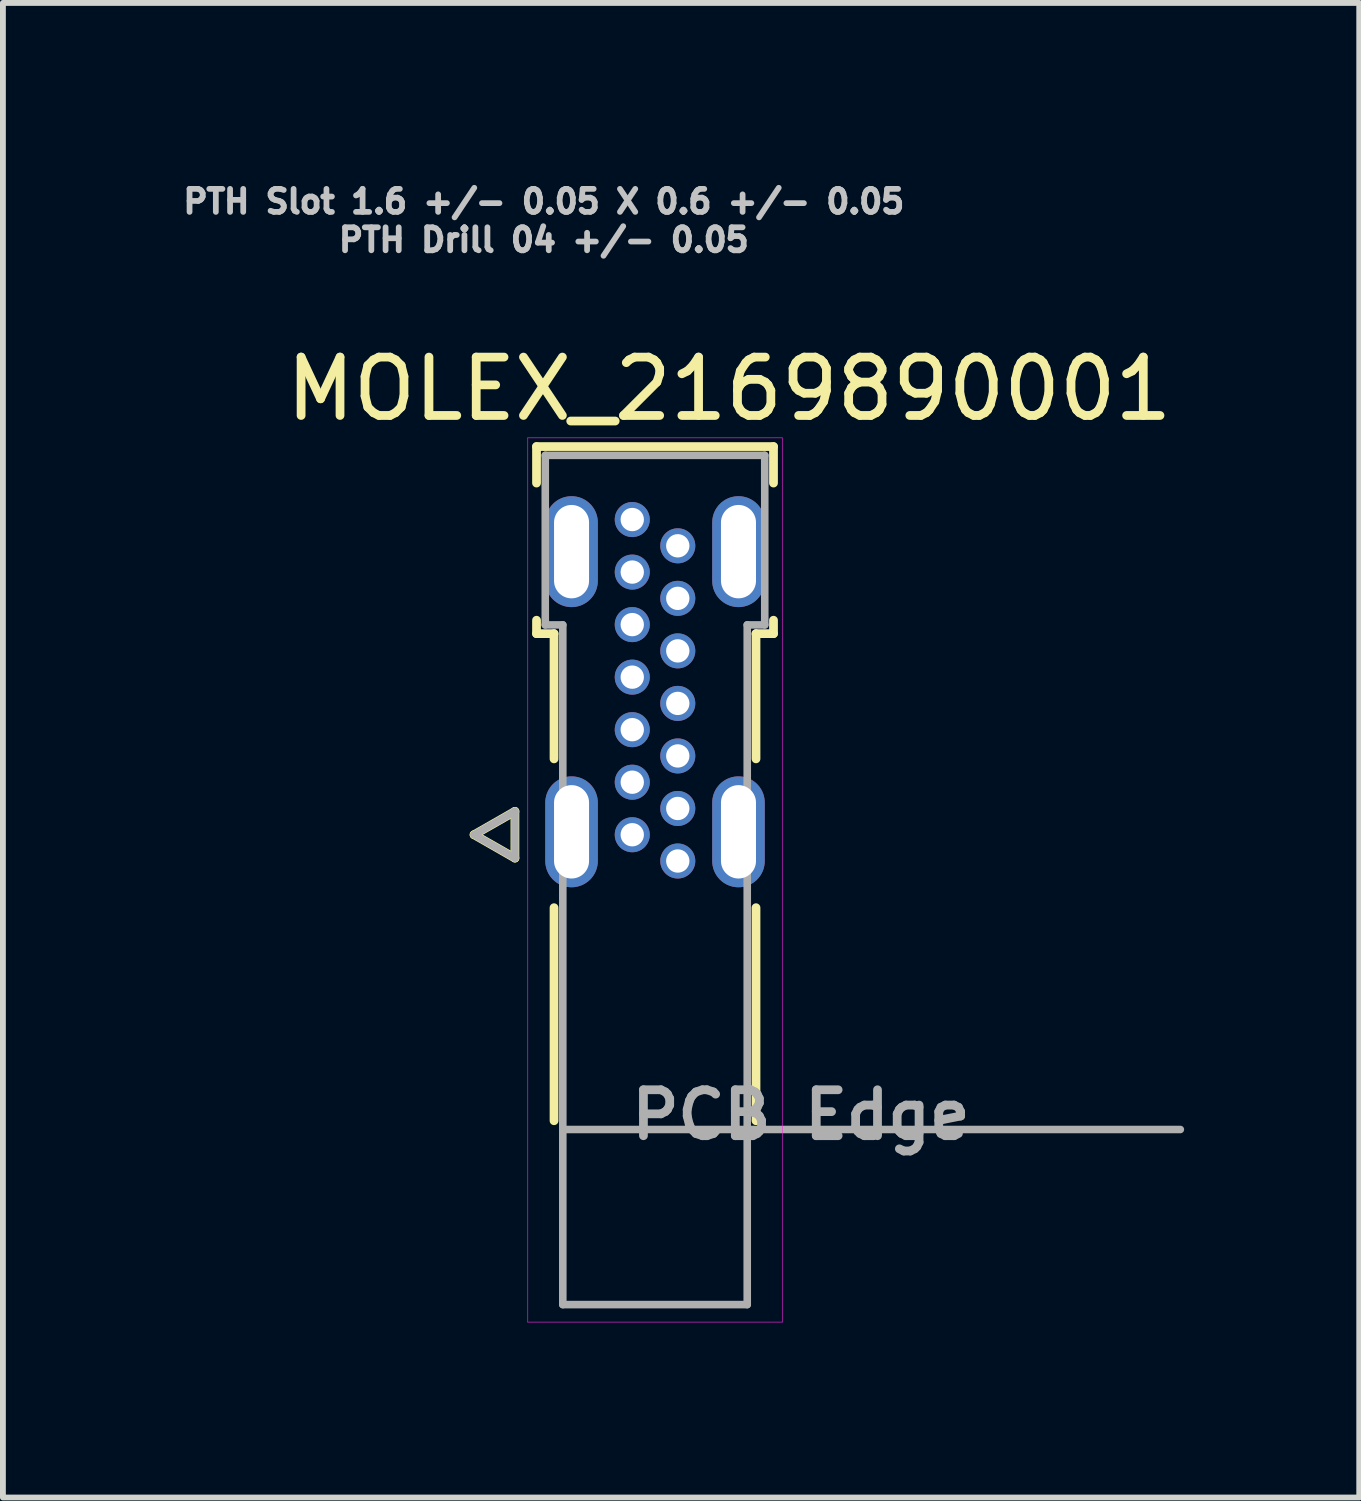
<source format=kicad_pcb>
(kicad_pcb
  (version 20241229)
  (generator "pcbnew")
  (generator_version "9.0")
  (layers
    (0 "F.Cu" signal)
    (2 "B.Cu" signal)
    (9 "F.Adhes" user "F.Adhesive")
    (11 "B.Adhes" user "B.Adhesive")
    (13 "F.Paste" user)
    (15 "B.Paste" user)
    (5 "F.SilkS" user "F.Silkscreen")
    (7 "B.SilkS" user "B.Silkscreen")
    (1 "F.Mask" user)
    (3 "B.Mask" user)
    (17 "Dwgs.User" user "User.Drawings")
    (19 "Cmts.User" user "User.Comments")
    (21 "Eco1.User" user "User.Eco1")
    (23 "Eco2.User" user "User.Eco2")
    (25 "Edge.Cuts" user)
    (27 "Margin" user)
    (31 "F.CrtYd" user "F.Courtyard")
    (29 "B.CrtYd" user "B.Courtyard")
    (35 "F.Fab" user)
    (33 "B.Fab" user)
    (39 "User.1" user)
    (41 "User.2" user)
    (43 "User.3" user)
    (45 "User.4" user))
  (footprint "MOLEX_2169890001"
    (layer "F.Cu")
    (at 8.172 16.301)
    (property "Reference" "MOLEX_2169890001" (at 1.27 -12.688 0) (layer "F.SilkS") (effects (font (size 1 1) (thickness 0.15))))
    (attr through_hole)
    (fp_circle (center -0.39 -10.45) (end -0.208 -10.45) (stroke (width 0.363) (type solid)) (fill no) (layer "F.Mask"))
    (fp_circle (center -0.39 -9.55) (end -0.208 -9.55) (stroke (width 0.363) (type solid)) (fill no) (layer "F.Mask"))
    (fp_circle (center -0.39 -8.65) (end -0.208 -8.65) (stroke (width 0.363) (type solid)) (fill no) (layer "F.Mask"))
    (fp_circle (center -0.39 -7.75) (end -0.208 -7.75) (stroke (width 0.363) (type solid)) (fill no) (layer "F.Mask"))
    (fp_circle (center -0.39 -6.85) (end -0.208 -6.85) (stroke (width 0.363) (type solid)) (fill no) (layer "F.Mask"))
    (fp_circle (center -0.39 -5.95) (end -0.208 -5.95) (stroke (width 0.363) (type solid)) (fill no) (layer "F.Mask"))
    (fp_circle (center -0.39 -5.05) (end -0.208 -5.05) (stroke (width 0.363) (type solid)) (fill no) (layer "F.Mask"))
    (fp_circle (center 0.39 -10) (end 0.572 -10) (stroke (width 0.363) (type solid)) (fill no) (layer "F.Mask"))
    (fp_circle (center 0.39 -9.1) (end 0.572 -9.1) (stroke (width 0.363) (type solid)) (fill no) (layer "F.Mask"))
    (fp_circle (center 0.39 -8.2) (end 0.572 -8.2) (stroke (width 0.363) (type solid)) (fill no) (layer "F.Mask"))
    (fp_circle (center 0.39 -7.3) (end 0.572 -7.3) (stroke (width 0.363) (type solid)) (fill no) (layer "F.Mask"))
    (fp_circle (center 0.39 -6.4) (end 0.572 -6.4) (stroke (width 0.363) (type solid)) (fill no) (layer "F.Mask"))
    (fp_circle (center 0.39 -5.5) (end 0.572 -5.5) (stroke (width 0.363) (type solid)) (fill no) (layer "F.Mask"))
    (fp_circle (center 0.39 -4.6) (end 0.572 -4.6) (stroke (width 0.363) (type solid)) (fill no) (layer "F.Mask"))
    (fp_circle (center -0.39 -10.45) (end -0.208 -10.45) (stroke (width 0.363) (type solid)) (fill no) (layer "B.Mask"))
    (fp_circle (center -0.39 -9.55) (end -0.208 -9.55) (stroke (width 0.363) (type solid)) (fill no) (layer "B.Mask"))
    (fp_circle (center -0.39 -8.65) (end -0.208 -8.65) (stroke (width 0.363) (type solid)) (fill no) (layer "B.Mask"))
    (fp_circle (center -0.39 -7.75) (end -0.208 -7.75) (stroke (width 0.363) (type solid)) (fill no) (layer "B.Mask"))
    (fp_circle (center -0.39 -6.85) (end -0.208 -6.85) (stroke (width 0.363) (type solid)) (fill no) (layer "B.Mask"))
    (fp_circle (center -0.39 -5.95) (end -0.208 -5.95) (stroke (width 0.363) (type solid)) (fill no) (layer "B.Mask"))
    (fp_circle (center -0.39 -5.05) (end -0.208 -5.05) (stroke (width 0.363) (type solid)) (fill no) (layer "B.Mask"))
    (fp_circle (center 0.39 -10) (end 0.572 -10) (stroke (width 0.363) (type solid)) (fill no) (layer "B.Mask"))
    (fp_circle (center 0.39 -9.1) (end 0.572 -9.1) (stroke (width 0.363) (type solid)) (fill no) (layer "B.Mask"))
    (fp_circle (center 0.39 -8.2) (end 0.572 -8.2) (stroke (width 0.363) (type solid)) (fill no) (layer "B.Mask"))
    (fp_circle (center 0.39 -7.3) (end 0.572 -7.3) (stroke (width 0.363) (type solid)) (fill no) (layer "B.Mask"))
    (fp_circle (center 0.39 -6.4) (end 0.572 -6.4) (stroke (width 0.363) (type solid)) (fill no) (layer "B.Mask"))
    (fp_circle (center 0.39 -5.5) (end 0.572 -5.5) (stroke (width 0.363) (type solid)) (fill no) (layer "B.Mask"))
    (fp_circle (center 0.39 -4.6) (end 0.572 -4.6) (stroke (width 0.363) (type solid)) (fill no) (layer "B.Mask"))
    (fp_line (start -3.1 -5.05) (end -2.4 -4.65) (stroke (width 0.15) (type solid)) (layer "F.SilkS"))
    (fp_line (start -2.4 -5.45) (end -3.1 -5.05) (stroke (width 0.15) (type solid)) (layer "F.SilkS"))
    (fp_line (start -2.4 -4.65) (end -2.4 -5.45) (stroke (width 0.15) (type solid)) (layer "F.SilkS"))
    (fp_line (start -2.03 -11.7) (end 2.03 -11.7) (stroke (width 0.15) (type solid)) (layer "F.SilkS"))
    (fp_line (start -2.03 -11.075) (end -2.03 -11.7) (stroke (width 0.15) (type solid)) (layer "F.SilkS"))
    (fp_line (start -2.03 -8.495) (end -2.03 -8.725) (stroke (width 0.15) (type solid)) (layer "F.SilkS"))
    (fp_line (start -1.73 -8.495) (end -2.03 -8.495) (stroke (width 0.15) (type solid)) (layer "F.SilkS"))
    (fp_line (start -1.73 -6.35) (end -1.73 -8.495) (stroke (width 0.15) (type solid)) (layer "F.SilkS"))
    (fp_line (start -1.73 -0.15) (end -1.73 -3.8) (stroke (width 0.15) (type solid)) (layer "F.SilkS"))
    (fp_line (start 1.73 -8.495) (end 1.73 -6.35) (stroke (width 0.15) (type solid)) (layer "F.SilkS"))
    (fp_line (start 1.73 -8.495) (end 2.03 -8.495) (stroke (width 0.15) (type solid)) (layer "F.SilkS"))
    (fp_line (start 1.73 -3.8) (end 1.73 -0.15) (stroke (width 0.15) (type solid)) (layer "F.SilkS"))
    (fp_line (start 2.03 -11.7) (end 2.03 -11.075) (stroke (width 0.15) (type solid)) (layer "F.SilkS"))
    (fp_line (start 2.03 -8.725) (end 2.03 -8.495) (stroke (width 0.15) (type solid)) (layer "F.SilkS"))
    (fp_line (start -2.18 -11.85) (end -2.18 3.3) (stroke (width 0.01) (type solid)) (layer "F.CrtYd"))
    (fp_line (start -2.18 3.3) (end 2.18 3.3) (stroke (width 0.01) (type solid)) (layer "F.CrtYd"))
    (fp_line (start 2.18 -11.85) (end -2.18 -11.85) (stroke (width 0.01) (type solid)) (layer "F.CrtYd"))
    (fp_line (start 2.18 3.3) (end 2.18 -11.85) (stroke (width 0.01) (type solid)) (layer "F.CrtYd"))
    (fp_line (start -3.1 -5.05) (end -2.4 -4.65) (stroke (width 0.13) (type solid)) (layer "F.Fab"))
    (fp_line (start -2.4 -5.45) (end -3.1 -5.05) (stroke (width 0.13) (type solid)) (layer "F.Fab"))
    (fp_line (start -2.4 -4.65) (end -2.4 -5.45) (stroke (width 0.13) (type solid)) (layer "F.Fab"))
    (fp_line (start -1.88 -11.55) (end 1.88 -11.55) (stroke (width 0.13) (type solid)) (layer "F.Fab"))
    (fp_line (start -1.88 -8.645) (end -1.88 -11.55) (stroke (width 0.13) (type solid)) (layer "F.Fab"))
    (fp_line (start -1.58 -8.645) (end -1.88 -8.645) (stroke (width 0.13) (type solid)) (layer "F.Fab"))
    (fp_line (start -1.58 0) (end -1.58 -8.645) (stroke (width 0.13) (type solid)) (layer "F.Fab"))
    (fp_line (start -1.58 0) (end 9 0) (stroke (width 0.13) (type solid)) (layer "F.Fab"))
    (fp_line (start -1.58 3) (end -1.58 0) (stroke (width 0.13) (type solid)) (layer "F.Fab"))
    (fp_line (start 1.58 -8.645) (end 1.58 3) (stroke (width 0.13) (type solid)) (layer "F.Fab"))
    (fp_line (start 1.58 -8.645) (end 1.88 -8.645) (stroke (width 0.13) (type solid)) (layer "F.Fab"))
    (fp_line (start 1.58 3) (end -1.58 3) (stroke (width 0.13) (type solid)) (layer "F.Fab"))
    (fp_line (start 1.88 -11.55) (end 1.88 -8.645) (stroke (width 0.13) (type solid)) (layer "F.Fab"))
    (fp_text user "PTH Drill 04 +/- 0.05" (at -1.905 -15.24 0) (layer "Dwgs.User") (effects (font (size 0.394 0.394) (thickness 0.15))))
    (fp_text user "PTH Slot 1.6 +/- 0.05 X 0.6 +/- 0.05" (at -1.905 -15.898 0) (layer "Dwgs.User") (effects (font (size 0.394 0.394) (thickness 0.15))))
    (fp_text user "PCB Edge" (at 2.5 -0.25 0) (layer "F.Fab") (effects (font (size 0.787 0.787) (thickness 0.15))))
    (pad "A1" thru_hole circle (at -0.39 -5.05) (size 0.6 0.6) (drill 0.4) (layers "*.Cu"))
    (pad "A4" thru_hole circle (at -0.39 -5.95) (size 0.6 0.6) (drill 0.4) (layers "*.Cu"))
    (pad "A5" thru_hole circle (at -0.39 -6.85) (size 0.6 0.6) (drill 0.4) (layers "*.Cu"))
    (pad "A6" thru_hole circle (at -0.39 -7.75) (size 0.6 0.6) (drill 0.4) (layers "*.Cu"))
    (pad "A7" thru_hole circle (at -0.39 -8.65) (size 0.6 0.6) (drill 0.4) (layers "*.Cu"))
    (pad "A9" thru_hole circle (at -0.39 -9.55) (size 0.6 0.6) (drill 0.4) (layers "*.Cu"))
    (pad "A12" thru_hole circle (at -0.39 -10.45) (size 0.6 0.6) (drill 0.4) (layers "*.Cu"))
    (pad "B1" thru_hole circle (at 0.39 -10) (size 0.6 0.6) (drill 0.4) (layers "*.Cu"))
    (pad "B4" thru_hole circle (at 0.39 -9.1) (size 0.6 0.6) (drill 0.4) (layers "*.Cu"))
    (pad "B5" thru_hole circle (at 0.39 -8.2) (size 0.6 0.6) (drill 0.4) (layers "*.Cu"))
    (pad "B6" thru_hole circle (at 0.39 -7.3) (size 0.6 0.6) (drill 0.4) (layers "*.Cu"))
    (pad "B7" thru_hole circle (at 0.39 -6.4) (size 0.6 0.6) (drill 0.4) (layers "*.Cu"))
    (pad "B9" thru_hole circle (at 0.39 -5.5) (size 0.6 0.6) (drill 0.4) (layers "*.Cu"))
    (pad "B12" thru_hole circle (at 0.39 -4.6) (size 0.6 0.6) (drill 0.4) (layers "*.Cu"))
    (pad "SH1" thru_hole oval (at -1.43 -5.1) (size 0.9 1.9) (drill oval 0.6 1.6) (layers "*.Cu" "*.Mask"))
    (pad "SH2" thru_hole oval (at 1.43 -5.1) (size 0.9 1.9) (drill oval 0.6 1.6) (layers "*.Cu" "*.Mask"))
    (pad "SH3" thru_hole oval (at -1.43 -9.9) (size 0.9 1.9) (drill oval 0.6 1.6) (layers "*.Cu" "*.Mask"))
    (pad "SH4" thru_hole oval (at 1.43 -9.9) (size 0.9 1.9) (drill oval 0.6 1.6) (layers "*.Cu" "*.Mask")))
  (gr_rect
    (start -3 -3)
    (end 20.237 22.606)
    (stroke (width 0.1) (type default))
    (fill no)
    (layer "Edge.Cuts")))
</source>
